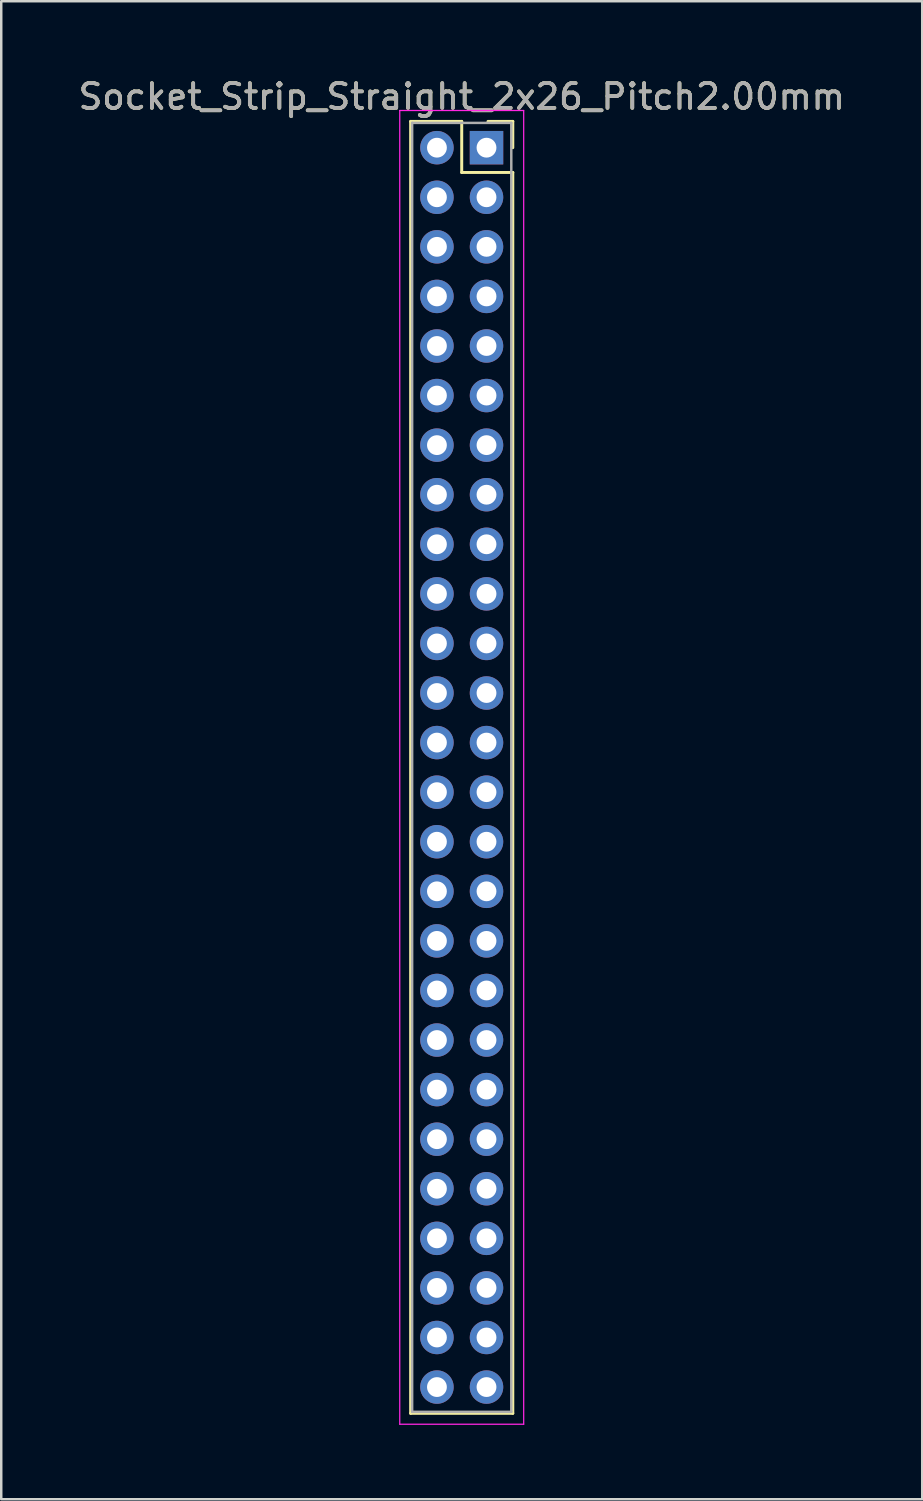
<source format=kicad_pcb>
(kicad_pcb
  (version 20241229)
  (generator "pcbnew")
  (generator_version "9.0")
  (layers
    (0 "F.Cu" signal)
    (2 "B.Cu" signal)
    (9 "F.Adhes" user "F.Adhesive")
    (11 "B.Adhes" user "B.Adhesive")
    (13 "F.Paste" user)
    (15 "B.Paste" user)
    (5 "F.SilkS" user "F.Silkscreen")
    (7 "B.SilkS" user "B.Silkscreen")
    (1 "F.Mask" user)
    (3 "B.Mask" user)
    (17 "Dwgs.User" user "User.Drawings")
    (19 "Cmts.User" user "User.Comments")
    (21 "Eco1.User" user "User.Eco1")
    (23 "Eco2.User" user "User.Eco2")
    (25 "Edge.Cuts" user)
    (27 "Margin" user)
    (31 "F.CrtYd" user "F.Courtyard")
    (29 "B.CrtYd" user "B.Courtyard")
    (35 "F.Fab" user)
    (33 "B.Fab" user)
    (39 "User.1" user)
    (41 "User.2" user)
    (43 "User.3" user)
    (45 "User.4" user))
  (footprint "Socket_Strip_Straight_2x26_Pitch2.00mm"
    (layer "F.Cu")
    (at 16.577 2.908)
    (property "Reference" "Socket_Strip_Straight_2x26_Pitch2.00mm" (at -1 -2.06 0) (layer "F.SilkS") (effects (font (size 1 1) (thickness 0.15))))
    (attr through_hole)
    (fp_line (start -3.06 -1.06) (end -1 -1.06) (stroke (width 0.12) (type solid)) (layer "F.SilkS"))
    (fp_line (start -3.06 51.06) (end -3.06 -1.06) (stroke (width 0.12) (type solid)) (layer "F.SilkS"))
    (fp_line (start -1 -1.06) (end -1 1) (stroke (width 0.12) (type solid)) (layer "F.SilkS"))
    (fp_line (start -1 1) (end 1.06 1) (stroke (width 0.12) (type solid)) (layer "F.SilkS"))
    (fp_line (start 1.06 -1.06) (end 0.06 -1.06) (stroke (width 0.12) (type solid)) (layer "F.SilkS"))
    (fp_line (start 1.06 0) (end 1.06 -1.06) (stroke (width 0.12) (type solid)) (layer "F.SilkS"))
    (fp_line (start 1.06 1) (end 1.06 51.06) (stroke (width 0.12) (type solid)) (layer "F.SilkS"))
    (fp_line (start 1.06 51.06) (end -3.06 51.06) (stroke (width 0.12) (type solid)) (layer "F.SilkS"))
    (fp_line (start -3.5 -1.5) (end -3.5 51.5) (stroke (width 0.05) (type solid)) (layer "F.CrtYd"))
    (fp_line (start -3.5 51.5) (end 1.5 51.5) (stroke (width 0.05) (type solid)) (layer "F.CrtYd"))
    (fp_line (start 1.5 -1.5) (end -3.5 -1.5) (stroke (width 0.05) (type solid)) (layer "F.CrtYd"))
    (fp_line (start 1.5 51.5) (end 1.5 -1.5) (stroke (width 0.05) (type solid)) (layer "F.CrtYd"))
    (fp_line (start -3 -1) (end -3 51) (stroke (width 0.1) (type solid)) (layer "F.Fab"))
    (fp_line (start -3 51) (end 1 51) (stroke (width 0.1) (type solid)) (layer "F.Fab"))
    (fp_line (start 1 -1) (end -3 -1) (stroke (width 0.1) (type solid)) (layer "F.Fab"))
    (fp_line (start 1 51) (end 1 -1) (stroke (width 0.1) (type solid)) (layer "F.Fab"))
    (fp_text user "${REFERENCE}" (at -1 -2.06 0) (layer "F.Fab") (effects (font (size 1 1) (thickness 0.15))))
    (pad "1" thru_hole rect (at 0 0) (size 1.35 1.35) (drill 0.8) (layers "*.Cu" "*.Mask"))
    (pad "2" thru_hole oval (at -2 0) (size 1.35 1.35) (drill 0.8) (layers "*.Cu" "*.Mask"))
    (pad "3" thru_hole oval (at 0 2) (size 1.35 1.35) (drill 0.8) (layers "*.Cu" "*.Mask"))
    (pad "4" thru_hole oval (at -2 2) (size 1.35 1.35) (drill 0.8) (layers "*.Cu" "*.Mask"))
    (pad "5" thru_hole oval (at 0 4) (size 1.35 1.35) (drill 0.8) (layers "*.Cu" "*.Mask"))
    (pad "6" thru_hole oval (at -2 4) (size 1.35 1.35) (drill 0.8) (layers "*.Cu" "*.Mask"))
    (pad "7" thru_hole oval (at 0 6) (size 1.35 1.35) (drill 0.8) (layers "*.Cu" "*.Mask"))
    (pad "8" thru_hole oval (at -2 6) (size 1.35 1.35) (drill 0.8) (layers "*.Cu" "*.Mask"))
    (pad "9" thru_hole oval (at 0 8) (size 1.35 1.35) (drill 0.8) (layers "*.Cu" "*.Mask"))
    (pad "10" thru_hole oval (at -2 8) (size 1.35 1.35) (drill 0.8) (layers "*.Cu" "*.Mask"))
    (pad "11" thru_hole oval (at 0 10) (size 1.35 1.35) (drill 0.8) (layers "*.Cu" "*.Mask"))
    (pad "12" thru_hole oval (at -2 10) (size 1.35 1.35) (drill 0.8) (layers "*.Cu" "*.Mask"))
    (pad "13" thru_hole oval (at 0 12) (size 1.35 1.35) (drill 0.8) (layers "*.Cu" "*.Mask"))
    (pad "14" thru_hole oval (at -2 12) (size 1.35 1.35) (drill 0.8) (layers "*.Cu" "*.Mask"))
    (pad "15" thru_hole oval (at 0 14) (size 1.35 1.35) (drill 0.8) (layers "*.Cu" "*.Mask"))
    (pad "16" thru_hole oval (at -2 14) (size 1.35 1.35) (drill 0.8) (layers "*.Cu" "*.Mask"))
    (pad "17" thru_hole oval (at 0 16) (size 1.35 1.35) (drill 0.8) (layers "*.Cu" "*.Mask"))
    (pad "18" thru_hole oval (at -2 16) (size 1.35 1.35) (drill 0.8) (layers "*.Cu" "*.Mask"))
    (pad "19" thru_hole oval (at 0 18) (size 1.35 1.35) (drill 0.8) (layers "*.Cu" "*.Mask"))
    (pad "20" thru_hole oval (at -2 18) (size 1.35 1.35) (drill 0.8) (layers "*.Cu" "*.Mask"))
    (pad "21" thru_hole oval (at 0 20) (size 1.35 1.35) (drill 0.8) (layers "*.Cu" "*.Mask"))
    (pad "22" thru_hole oval (at -2 20) (size 1.35 1.35) (drill 0.8) (layers "*.Cu" "*.Mask"))
    (pad "23" thru_hole oval (at 0 22) (size 1.35 1.35) (drill 0.8) (layers "*.Cu" "*.Mask"))
    (pad "24" thru_hole oval (at -2 22) (size 1.35 1.35) (drill 0.8) (layers "*.Cu" "*.Mask"))
    (pad "25" thru_hole oval (at 0 24) (size 1.35 1.35) (drill 0.8) (layers "*.Cu" "*.Mask"))
    (pad "26" thru_hole oval (at -2 24) (size 1.35 1.35) (drill 0.8) (layers "*.Cu" "*.Mask"))
    (pad "27" thru_hole oval (at 0 26) (size 1.35 1.35) (drill 0.8) (layers "*.Cu" "*.Mask"))
    (pad "28" thru_hole oval (at -2 26) (size 1.35 1.35) (drill 0.8) (layers "*.Cu" "*.Mask"))
    (pad "29" thru_hole oval (at 0 28) (size 1.35 1.35) (drill 0.8) (layers "*.Cu" "*.Mask"))
    (pad "30" thru_hole oval (at -2 28) (size 1.35 1.35) (drill 0.8) (layers "*.Cu" "*.Mask"))
    (pad "31" thru_hole oval (at 0 30) (size 1.35 1.35) (drill 0.8) (layers "*.Cu" "*.Mask"))
    (pad "32" thru_hole oval (at -2 30) (size 1.35 1.35) (drill 0.8) (layers "*.Cu" "*.Mask"))
    (pad "33" thru_hole oval (at 0 32) (size 1.35 1.35) (drill 0.8) (layers "*.Cu" "*.Mask"))
    (pad "34" thru_hole oval (at -2 32) (size 1.35 1.35) (drill 0.8) (layers "*.Cu" "*.Mask"))
    (pad "35" thru_hole oval (at 0 34) (size 1.35 1.35) (drill 0.8) (layers "*.Cu" "*.Mask"))
    (pad "36" thru_hole oval (at -2 34) (size 1.35 1.35) (drill 0.8) (layers "*.Cu" "*.Mask"))
    (pad "37" thru_hole oval (at 0 36) (size 1.35 1.35) (drill 0.8) (layers "*.Cu" "*.Mask"))
    (pad "38" thru_hole oval (at -2 36) (size 1.35 1.35) (drill 0.8) (layers "*.Cu" "*.Mask"))
    (pad "39" thru_hole oval (at 0 38) (size 1.35 1.35) (drill 0.8) (layers "*.Cu" "*.Mask"))
    (pad "40" thru_hole oval (at -2 38) (size 1.35 1.35) (drill 0.8) (layers "*.Cu" "*.Mask"))
    (pad "41" thru_hole oval (at 0 40) (size 1.35 1.35) (drill 0.8) (layers "*.Cu" "*.Mask"))
    (pad "42" thru_hole oval (at -2 40) (size 1.35 1.35) (drill 0.8) (layers "*.Cu" "*.Mask"))
    (pad "43" thru_hole oval (at 0 42) (size 1.35 1.35) (drill 0.8) (layers "*.Cu" "*.Mask"))
    (pad "44" thru_hole oval (at -2 42) (size 1.35 1.35) (drill 0.8) (layers "*.Cu" "*.Mask"))
    (pad "45" thru_hole oval (at 0 44) (size 1.35 1.35) (drill 0.8) (layers "*.Cu" "*.Mask"))
    (pad "46" thru_hole oval (at -2 44) (size 1.35 1.35) (drill 0.8) (layers "*.Cu" "*.Mask"))
    (pad "47" thru_hole oval (at 0 46) (size 1.35 1.35) (drill 0.8) (layers "*.Cu" "*.Mask"))
    (pad "48" thru_hole oval (at -2 46) (size 1.35 1.35) (drill 0.8) (layers "*.Cu" "*.Mask"))
    (pad "49" thru_hole oval (at 0 48) (size 1.35 1.35) (drill 0.8) (layers "*.Cu" "*.Mask"))
    (pad "50" thru_hole oval (at -2 48) (size 1.35 1.35) (drill 0.8) (layers "*.Cu" "*.Mask"))
    (pad "51" thru_hole oval (at 0 50) (size 1.35 1.35) (drill 0.8) (layers "*.Cu" "*.Mask"))
    (pad "52" thru_hole oval (at -2 50) (size 1.35 1.35) (drill 0.8) (layers "*.Cu" "*.Mask")))
  (gr_rect
    (start -3 -3)
    (end 34.155 57.433)
    (stroke (width 0.1) (type default))
    (fill no)
    (layer "Edge.Cuts")))
</source>
